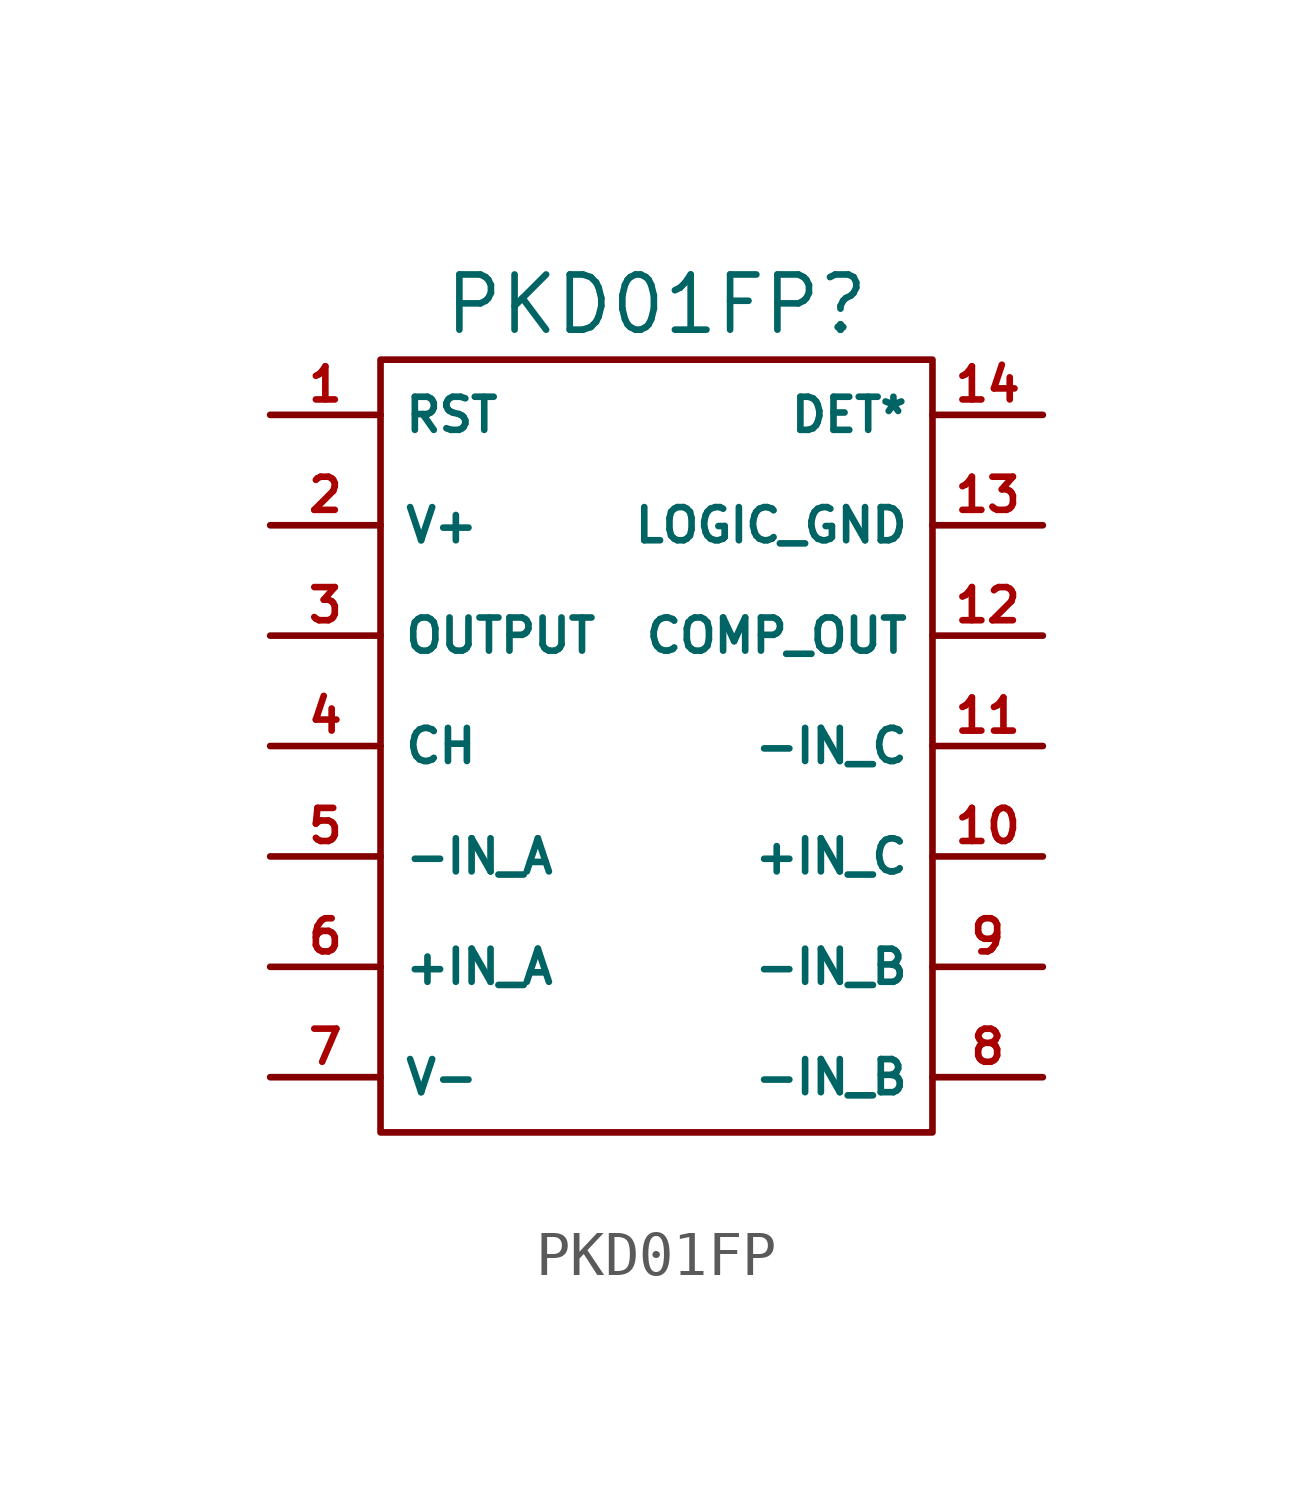
<source format=kicad_sym>
(kicad_symbol_lib
  (version 20231120)
  (generator "kicad_symbol_editor")
  (generator_version "8.0")
  (symbol "PKD01FP"
    (property "Reference" "PKD01FP"
      (at 0 0 0)
      (effects (font (size 1.27 1.27))))
    (property "Value" ""
      (at 0 0 0)
      (effects (font (size 1.27 1.27))))
    (symbol "PKD01FP_0_1"
      (rectangle (start -6.35 -1.27) (end 6.35 -19.05) (stroke (width 0) (type default)) (fill (type none))))
    (symbol "PKD01FP_1_1"
      (pin bidirectional line (at -8.89 -2.54 0) (length 2.54) (name "RST" (effects (font (size 0.762 0.762)))) (number "1" (effects (font (size 0.762 0.762)))))
      (pin input line (at 8.89 -12.7 180) (length 2.54) (name "+IN_C" (effects (font (size 0.762 0.762)))) (number "10" (effects (font (size 0.762 0.762)))))
      (pin input line (at 8.89 -10.16 180) (length 2.54) (name "-IN_C" (effects (font (size 0.762 0.762)))) (number "11" (effects (font (size 0.762 0.762)))))
      (pin output line (at 8.89 -7.62 180) (length 2.54) (name "COMP_OUT" (effects (font (size 0.762 0.762)))) (number "12" (effects (font (size 0.762 0.762)))))
      (pin power_in line (at 8.89 -5.08 180) (length 2.54) (name "LOGIC_GND" (effects (font (size 0.762 0.762)))) (number "13" (effects (font (size 0.762 0.762)))))
      (pin output line (at 8.89 -2.54 180) (length 2.54) (name "DET*" (effects (font (size 0.762 0.762)))) (number "14" (effects (font (size 0.762 0.762)))))
      (pin power_out line (at -8.89 -5.08 0) (length 2.54) (name "V+" (effects (font (size 0.762 0.762)))) (number "2" (effects (font (size 0.762 0.762)))))
      (pin output line (at -8.89 -7.62 0) (length 2.54) (name "OUTPUT" (effects (font (size 0.762 0.762)))) (number "3" (effects (font (size 0.762 0.762)))))
      (pin passive line (at -8.89 -10.16 0) (length 2.54) (name "CH" (effects (font (size 0.762 0.762)))) (number "4" (effects (font (size 0.762 0.762)))))
      (pin input line (at -8.89 -12.7 0) (length 2.54) (name "-IN_A" (effects (font (size 0.762 0.762)))) (number "5" (effects (font (size 0.762 0.762)))))
      (pin input line (at -8.89 -15.24 0) (length 2.54) (name "+IN_A" (effects (font (size 0.762 0.762)))) (number "6" (effects (font (size 0.762 0.762)))))
      (pin power_in line (at -8.89 -17.78 0) (length 2.54) (name "V-" (effects (font (size 0.762 0.762)))) (number "7" (effects (font (size 0.762 0.762)))))
      (pin input line (at 8.89 -17.78 180) (length 2.54) (name "-IN_B" (effects (font (size 0.762 0.762)))) (number "8" (effects (font (size 0.762 0.762)))))
      (pin input line (at 8.89 -15.24 180) (length 2.54) (name "-IN_B" (effects (font (size 0.762 0.762)))) (number "9" (effects (font (size 0.762 0.762))))))))
</source>
